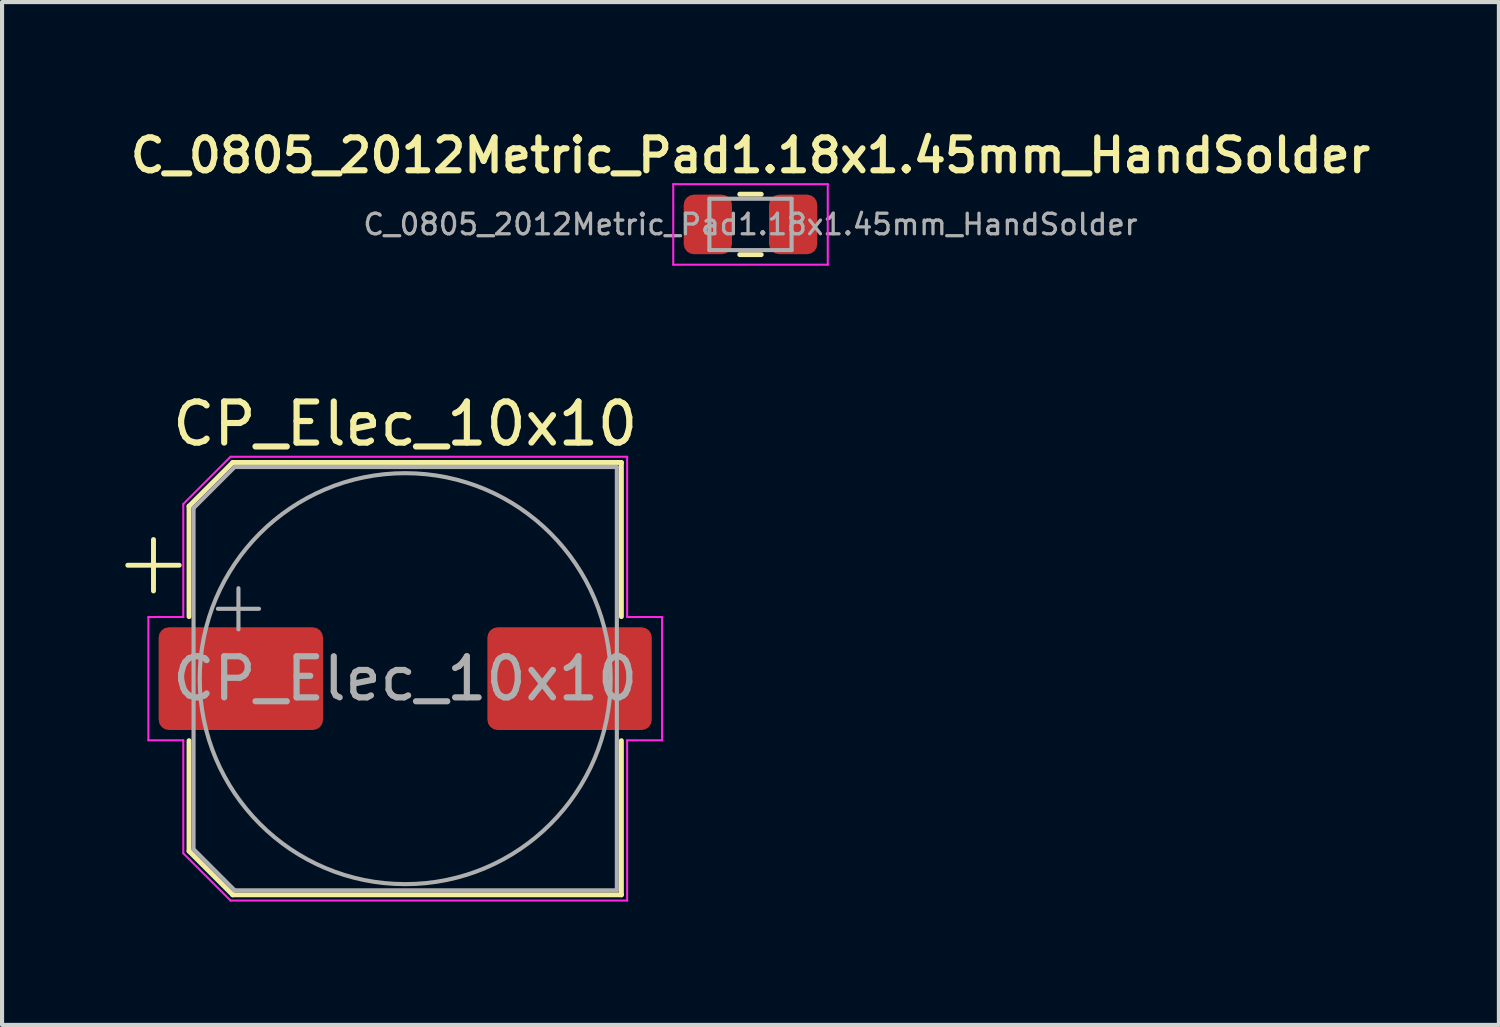
<source format=kicad_pcb>
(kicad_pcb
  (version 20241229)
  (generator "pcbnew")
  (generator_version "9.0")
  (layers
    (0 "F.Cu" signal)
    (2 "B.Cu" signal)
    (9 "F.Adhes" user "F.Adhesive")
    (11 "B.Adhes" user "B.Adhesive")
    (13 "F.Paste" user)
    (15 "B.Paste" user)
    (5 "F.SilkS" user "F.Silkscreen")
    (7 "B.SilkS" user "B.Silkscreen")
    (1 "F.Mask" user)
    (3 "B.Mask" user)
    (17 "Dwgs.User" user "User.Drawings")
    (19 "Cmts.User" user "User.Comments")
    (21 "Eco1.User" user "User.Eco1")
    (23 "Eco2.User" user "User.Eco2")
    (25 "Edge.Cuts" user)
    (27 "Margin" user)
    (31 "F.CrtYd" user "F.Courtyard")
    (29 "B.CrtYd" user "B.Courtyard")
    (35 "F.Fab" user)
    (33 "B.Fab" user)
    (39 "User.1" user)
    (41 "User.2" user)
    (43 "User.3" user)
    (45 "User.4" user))
  (footprint "C_0805_2012Metric_Pad1.18x1.45mm_HandSolder"
    (layer "F.Cu")
    (at 15.212 2.411)
    (property "Reference" "C_0805_2012Metric_Pad1.18x1.45mm_HandSolder" (at 0 -1.68 0) (layer "F.SilkS") (effects (font (size 0.8 0.8) (thickness 0.15))))
    (attr smd)
    (fp_line (start -0.261 -0.735) (end 0.261 -0.735) (stroke (width 0.12) (type solid)) (layer "F.SilkS"))
    (fp_line (start -0.261 0.735) (end 0.261 0.735) (stroke (width 0.12) (type solid)) (layer "F.SilkS"))
    (fp_line (start -1.88 -0.98) (end 1.88 -0.98) (stroke (width 0.05) (type solid)) (layer "F.CrtYd"))
    (fp_line (start -1.88 0.98) (end -1.88 -0.98) (stroke (width 0.05) (type solid)) (layer "F.CrtYd"))
    (fp_line (start 1.88 -0.98) (end 1.88 0.98) (stroke (width 0.05) (type solid)) (layer "F.CrtYd"))
    (fp_line (start 1.88 0.98) (end -1.88 0.98) (stroke (width 0.05) (type solid)) (layer "F.CrtYd"))
    (fp_line (start -1 -0.625) (end 1 -0.625) (stroke (width 0.1) (type solid)) (layer "F.Fab"))
    (fp_line (start -1 0.625) (end -1 -0.625) (stroke (width 0.1) (type solid)) (layer "F.Fab"))
    (fp_line (start 1 -0.625) (end 1 0.625) (stroke (width 0.1) (type solid)) (layer "F.Fab"))
    (fp_line (start 1 0.625) (end -1 0.625) (stroke (width 0.1) (type solid)) (layer "F.Fab"))
    (fp_text user "${REFERENCE}" (at 0 0 0) (layer "F.Fab") (effects (font (size 0.5 0.5) (thickness 0.08))))
    (pad "1" smd roundrect (at -1.038 0) (size 1.175 1.45) (layers "F.Cu" "F.Mask" "F.Paste") (roundrect_rratio 0.213))
    (pad "2" smd roundrect (at 1.038 0) (size 1.175 1.45) (layers "F.Cu" "F.Mask" "F.Paste") (roundrect_rratio 0.213)))
  (footprint "CP_Elec_10x10"
    (layer "F.Cu")
    (at 6.81 13.464)
    (property "Reference" "CP_Elec_10x10" (at 0 -6.2 0) (layer "F.SilkS") (effects (font (size 1 1) (thickness 0.15))))
    (attr smd)
    (fp_line (start -6.75 -2.76) (end -5.5 -2.76) (stroke (width 0.12) (type solid)) (layer "F.SilkS"))
    (fp_line (start -6.125 -3.385) (end -6.125 -2.135) (stroke (width 0.12) (type solid)) (layer "F.SilkS"))
    (fp_line (start -5.26 -4.196) (end -5.26 -1.51) (stroke (width 0.12) (type solid)) (layer "F.SilkS"))
    (fp_line (start -5.26 -4.196) (end -4.196 -5.26) (stroke (width 0.12) (type solid)) (layer "F.SilkS"))
    (fp_line (start -5.26 4.196) (end -5.26 1.51) (stroke (width 0.12) (type solid)) (layer "F.SilkS"))
    (fp_line (start -5.26 4.196) (end -4.196 5.26) (stroke (width 0.12) (type solid)) (layer "F.SilkS"))
    (fp_line (start -4.196 -5.26) (end 5.26 -5.26) (stroke (width 0.12) (type solid)) (layer "F.SilkS"))
    (fp_line (start -4.196 5.26) (end 5.26 5.26) (stroke (width 0.12) (type solid)) (layer "F.SilkS"))
    (fp_line (start 5.26 -5.26) (end 5.26 -1.51) (stroke (width 0.12) (type solid)) (layer "F.SilkS"))
    (fp_line (start 5.26 5.26) (end 5.26 1.51) (stroke (width 0.12) (type solid)) (layer "F.SilkS"))
    (fp_line (start -6.25 -1.5) (end -6.25 1.5) (stroke (width 0.05) (type solid)) (layer "F.CrtYd"))
    (fp_line (start -6.25 1.5) (end -5.4 1.5) (stroke (width 0.05) (type solid)) (layer "F.CrtYd"))
    (fp_line (start -5.4 -4.25) (end -5.4 -1.5) (stroke (width 0.05) (type solid)) (layer "F.CrtYd"))
    (fp_line (start -5.4 -4.25) (end -4.25 -5.4) (stroke (width 0.05) (type solid)) (layer "F.CrtYd"))
    (fp_line (start -5.4 -1.5) (end -6.25 -1.5) (stroke (width 0.05) (type solid)) (layer "F.CrtYd"))
    (fp_line (start -5.4 1.5) (end -5.4 4.25) (stroke (width 0.05) (type solid)) (layer "F.CrtYd"))
    (fp_line (start -5.4 4.25) (end -4.25 5.4) (stroke (width 0.05) (type solid)) (layer "F.CrtYd"))
    (fp_line (start -4.25 -5.4) (end 5.4 -5.4) (stroke (width 0.05) (type solid)) (layer "F.CrtYd"))
    (fp_line (start -4.25 5.4) (end 5.4 5.4) (stroke (width 0.05) (type solid)) (layer "F.CrtYd"))
    (fp_line (start 5.4 -5.4) (end 5.4 -1.5) (stroke (width 0.05) (type solid)) (layer "F.CrtYd"))
    (fp_line (start 5.4 -1.5) (end 6.25 -1.5) (stroke (width 0.05) (type solid)) (layer "F.CrtYd"))
    (fp_line (start 5.4 1.5) (end 5.4 5.4) (stroke (width 0.05) (type solid)) (layer "F.CrtYd"))
    (fp_line (start 6.25 -1.5) (end 6.25 1.5) (stroke (width 0.05) (type solid)) (layer "F.CrtYd"))
    (fp_line (start 6.25 1.5) (end 5.4 1.5) (stroke (width 0.05) (type solid)) (layer "F.CrtYd"))
    (fp_line (start -5.15 -4.15) (end -5.15 4.15) (stroke (width 0.1) (type solid)) (layer "F.Fab"))
    (fp_line (start -5.15 -4.15) (end -4.15 -5.15) (stroke (width 0.1) (type solid)) (layer "F.Fab"))
    (fp_line (start -5.15 4.15) (end -4.15 5.15) (stroke (width 0.1) (type solid)) (layer "F.Fab"))
    (fp_line (start -4.558 -1.7) (end -3.558 -1.7) (stroke (width 0.1) (type solid)) (layer "F.Fab"))
    (fp_line (start -4.15 -5.15) (end 5.15 -5.15) (stroke (width 0.1) (type solid)) (layer "F.Fab"))
    (fp_line (start -4.15 5.15) (end 5.15 5.15) (stroke (width 0.1) (type solid)) (layer "F.Fab"))
    (fp_line (start -4.058 -2.2) (end -4.058 -1.2) (stroke (width 0.1) (type solid)) (layer "F.Fab"))
    (fp_line (start 5.15 -5.15) (end 5.15 5.15) (stroke (width 0.1) (type solid)) (layer "F.Fab"))
    (fp_circle (center 0 0) (end 5 0) (stroke (width 0.1) (type solid)) (fill no) (layer "F.Fab"))
    (fp_text user "${REFERENCE}" (at 0 0 0) (layer "F.Fab") (effects (font (size 1 1) (thickness 0.15))))
    (pad "1" smd roundrect (at -4 0) (size 4 2.5) (layers "F.Cu" "F.Mask" "F.Paste") (roundrect_rratio 0.1))
    (pad "2" smd roundrect (at 4 0) (size 4 2.5) (layers "F.Cu" "F.Mask" "F.Paste") (roundrect_rratio 0.1)))
  (gr_rect
    (start -3 -3)
    (end 33.423 21.89)
    (stroke (width 0.1) (type default))
    (fill no)
    (layer "Edge.Cuts")))
</source>
